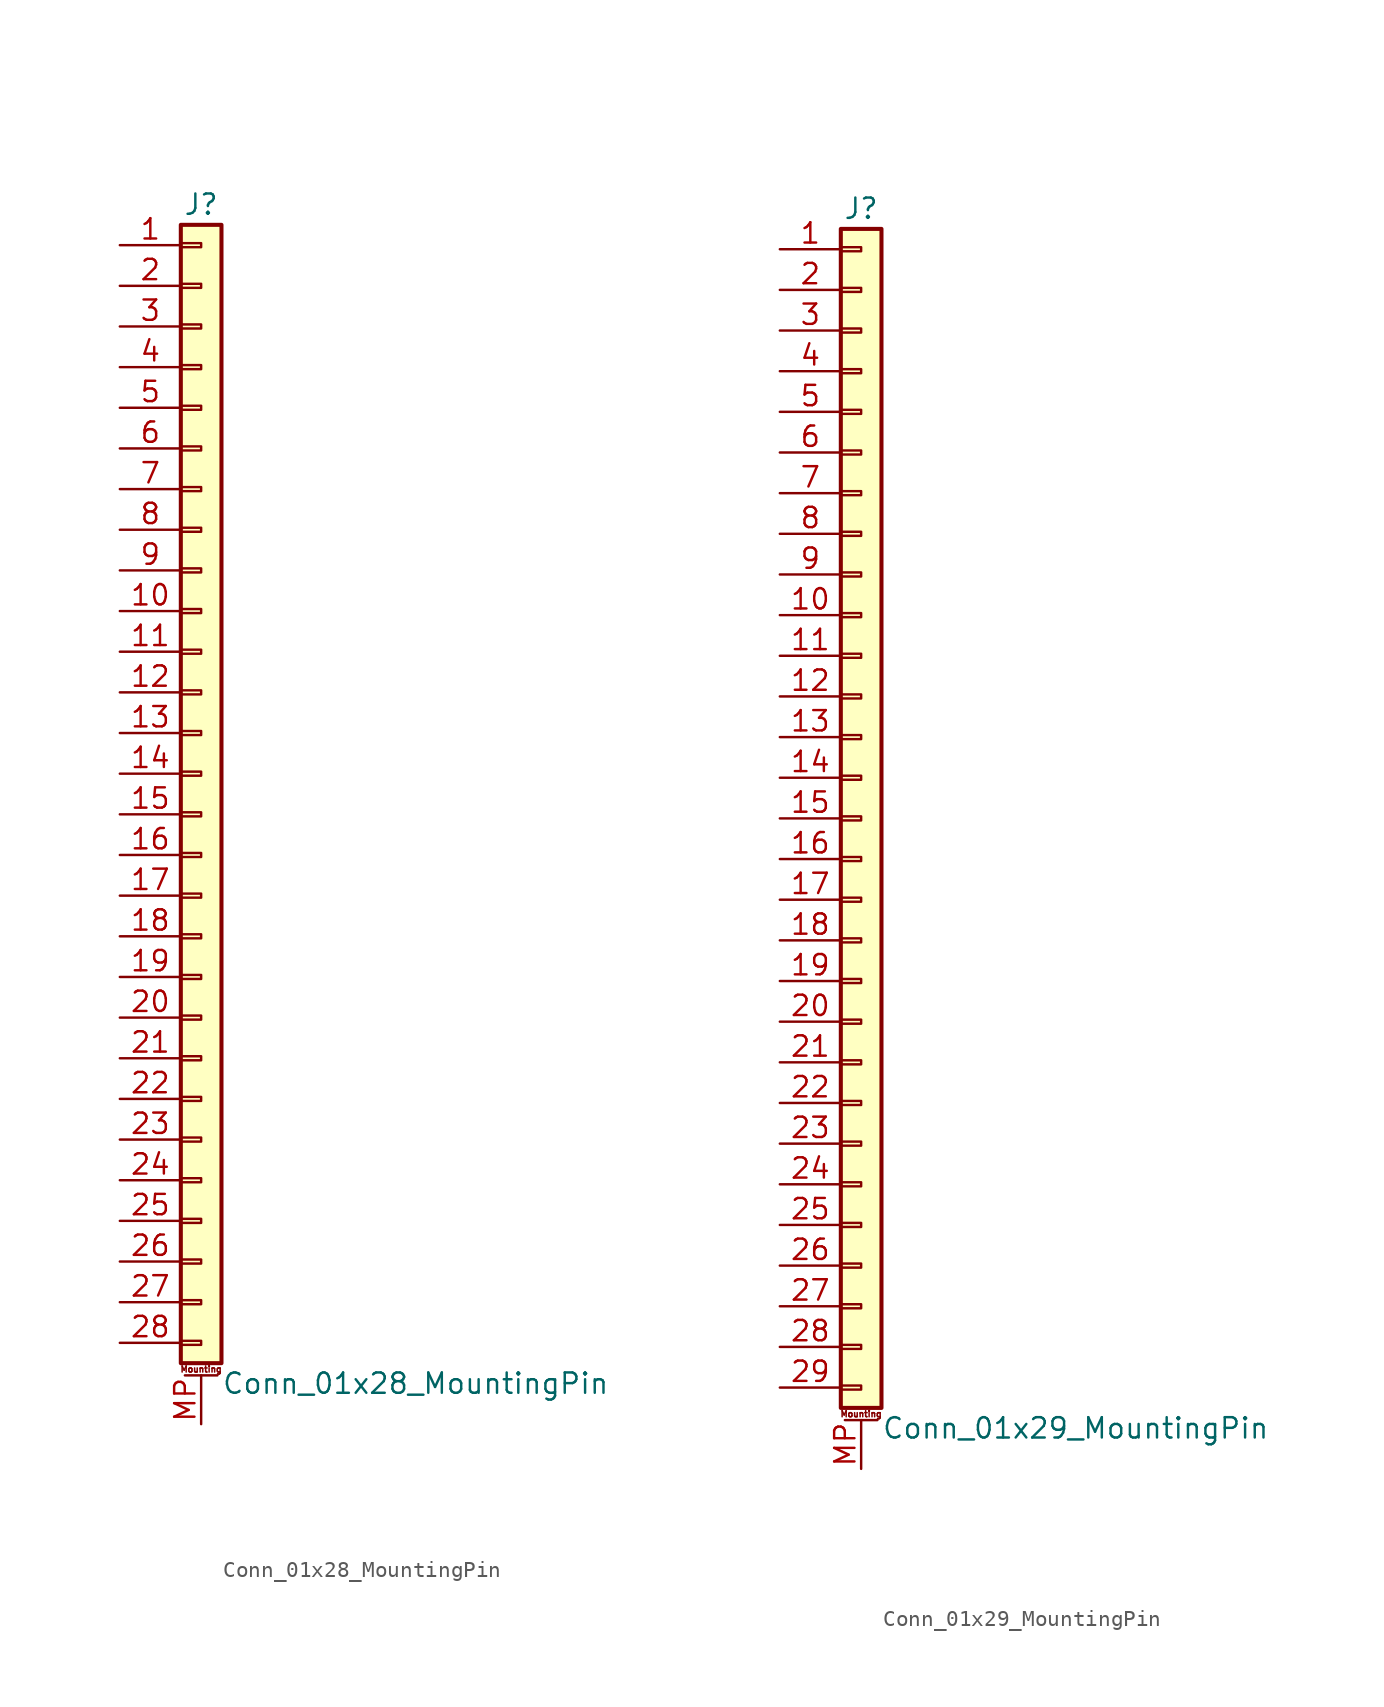
<source format=kicad_sym>
(kicad_symbol_lib
  (version 20201005)
  (generator kicad_symbol_editor)
  (symbol "Conn_01x28_MountingPin"
    (pin_names
      (offset 1.016) hide)
    (property "Reference" "J"
      (at 0 35.56 0)
      (effects (font (size 1.27 1.27))))
    (property "Value" "Conn_01x28_MountingPin"
      (at 1.27 -38.1 0)
      (effects (font (size 1.27 1.27)) (justify left)))
    (symbol "Conn_01x28_MountingPin_1_1"
      (text "Mounting" (at 0 -37.211 0) (effects (font (size 0.381 0.381))))
      (rectangle (start -1.27 -35.433) (end 0 -35.687) (stroke (width 0.152)) (fill (type none)))
      (rectangle (start -1.27 -32.893) (end 0 -33.147) (stroke (width 0.152)) (fill (type none)))
      (rectangle (start -1.27 -30.353) (end 0 -30.607) (stroke (width 0.152)) (fill (type none)))
      (rectangle (start -1.27 -27.813) (end 0 -28.067) (stroke (width 0.152)) (fill (type none)))
      (rectangle (start -1.27 -25.273) (end 0 -25.527) (stroke (width 0.152)) (fill (type none)))
      (rectangle (start -1.27 -22.733) (end 0 -22.987) (stroke (width 0.152)) (fill (type none)))
      (rectangle (start -1.27 -20.193) (end 0 -20.447) (stroke (width 0.152)) (fill (type none)))
      (rectangle (start -1.27 -17.653) (end 0 -17.907) (stroke (width 0.152)) (fill (type none)))
      (rectangle (start -1.27 -15.113) (end 0 -15.367) (stroke (width 0.152)) (fill (type none)))
      (rectangle (start -1.27 -12.573) (end 0 -12.827) (stroke (width 0.152)) (fill (type none)))
      (rectangle (start -1.27 -10.033) (end 0 -10.287) (stroke (width 0.152)) (fill (type none)))
      (rectangle (start -1.27 -7.493) (end 0 -7.747) (stroke (width 0.152)) (fill (type none)))
      (rectangle (start -1.27 -4.953) (end 0 -5.207) (stroke (width 0.152)) (fill (type none)))
      (rectangle (start -1.27 -2.413) (end 0 -2.667) (stroke (width 0.152)) (fill (type none)))
      (rectangle (start -1.27 0.127) (end 0 -0.127) (stroke (width 0.152)) (fill (type none)))
      (rectangle (start -1.27 2.667) (end 0 2.413) (stroke (width 0.152)) (fill (type none)))
      (rectangle (start -1.27 5.207) (end 0 4.953) (stroke (width 0.152)) (fill (type none)))
      (rectangle (start -1.27 7.747) (end 0 7.493) (stroke (width 0.152)) (fill (type none)))
      (rectangle (start -1.27 10.287) (end 0 10.033) (stroke (width 0.152)) (fill (type none)))
      (rectangle (start -1.27 12.827) (end 0 12.573) (stroke (width 0.152)) (fill (type none)))
      (rectangle (start -1.27 15.367) (end 0 15.113) (stroke (width 0.152)) (fill (type none)))
      (rectangle (start -1.27 17.907) (end 0 17.653) (stroke (width 0.152)) (fill (type none)))
      (rectangle (start -1.27 20.447) (end 0 20.193) (stroke (width 0.152)) (fill (type none)))
      (rectangle (start -1.27 22.987) (end 0 22.733) (stroke (width 0.152)) (fill (type none)))
      (rectangle (start -1.27 25.527) (end 0 25.273) (stroke (width 0.152)) (fill (type none)))
      (rectangle (start -1.27 28.067) (end 0 27.813) (stroke (width 0.152)) (fill (type none)))
      (rectangle (start -1.27 30.607) (end 0 30.353) (stroke (width 0.152)) (fill (type none)))
      (rectangle (start -1.27 33.147) (end 0 32.893) (stroke (width 0.152)) (fill (type none)))
      (rectangle (start -1.27 34.29) (end 1.27 -36.83) (stroke (width 0.254)) (fill (type background)))
      (polyline (pts (xy -1.016 -37.592) (xy 1.016 -37.592)) (stroke (width 0.152)) (fill (type none)))
      (pin passive line (at -5.08 33.02 0) (length 3.81) (name "Pin_1" (effects (font (size 1.27 1.27)))) (number "1" (effects (font (size 1.27 1.27)))))
      (pin passive line (at -5.08 10.16 0) (length 3.81) (name "Pin_10" (effects (font (size 1.27 1.27)))) (number "10" (effects (font (size 1.27 1.27)))))
      (pin passive line (at -5.08 7.62 0) (length 3.81) (name "Pin_11" (effects (font (size 1.27 1.27)))) (number "11" (effects (font (size 1.27 1.27)))))
      (pin passive line (at -5.08 5.08 0) (length 3.81) (name "Pin_12" (effects (font (size 1.27 1.27)))) (number "12" (effects (font (size 1.27 1.27)))))
      (pin passive line (at -5.08 2.54 0) (length 3.81) (name "Pin_13" (effects (font (size 1.27 1.27)))) (number "13" (effects (font (size 1.27 1.27)))))
      (pin passive line (at -5.08 0 0) (length 3.81) (name "Pin_14" (effects (font (size 1.27 1.27)))) (number "14" (effects (font (size 1.27 1.27)))))
      (pin passive line (at -5.08 -2.54 0) (length 3.81) (name "Pin_15" (effects (font (size 1.27 1.27)))) (number "15" (effects (font (size 1.27 1.27)))))
      (pin passive line (at -5.08 -5.08 0) (length 3.81) (name "Pin_16" (effects (font (size 1.27 1.27)))) (number "16" (effects (font (size 1.27 1.27)))))
      (pin passive line (at -5.08 -7.62 0) (length 3.81) (name "Pin_17" (effects (font (size 1.27 1.27)))) (number "17" (effects (font (size 1.27 1.27)))))
      (pin passive line (at -5.08 -10.16 0) (length 3.81) (name "Pin_18" (effects (font (size 1.27 1.27)))) (number "18" (effects (font (size 1.27 1.27)))))
      (pin passive line (at -5.08 -12.7 0) (length 3.81) (name "Pin_19" (effects (font (size 1.27 1.27)))) (number "19" (effects (font (size 1.27 1.27)))))
      (pin passive line (at -5.08 30.48 0) (length 3.81) (name "Pin_2" (effects (font (size 1.27 1.27)))) (number "2" (effects (font (size 1.27 1.27)))))
      (pin passive line (at -5.08 -15.24 0) (length 3.81) (name "Pin_20" (effects (font (size 1.27 1.27)))) (number "20" (effects (font (size 1.27 1.27)))))
      (pin passive line (at -5.08 -17.78 0) (length 3.81) (name "Pin_21" (effects (font (size 1.27 1.27)))) (number "21" (effects (font (size 1.27 1.27)))))
      (pin passive line (at -5.08 -20.32 0) (length 3.81) (name "Pin_22" (effects (font (size 1.27 1.27)))) (number "22" (effects (font (size 1.27 1.27)))))
      (pin passive line (at -5.08 -22.86 0) (length 3.81) (name "Pin_23" (effects (font (size 1.27 1.27)))) (number "23" (effects (font (size 1.27 1.27)))))
      (pin passive line (at -5.08 -25.4 0) (length 3.81) (name "Pin_24" (effects (font (size 1.27 1.27)))) (number "24" (effects (font (size 1.27 1.27)))))
      (pin passive line (at -5.08 -27.94 0) (length 3.81) (name "Pin_25" (effects (font (size 1.27 1.27)))) (number "25" (effects (font (size 1.27 1.27)))))
      (pin passive line (at -5.08 -30.48 0) (length 3.81) (name "Pin_26" (effects (font (size 1.27 1.27)))) (number "26" (effects (font (size 1.27 1.27)))))
      (pin passive line (at -5.08 -33.02 0) (length 3.81) (name "Pin_27" (effects (font (size 1.27 1.27)))) (number "27" (effects (font (size 1.27 1.27)))))
      (pin passive line (at -5.08 -35.56 0) (length 3.81) (name "Pin_28" (effects (font (size 1.27 1.27)))) (number "28" (effects (font (size 1.27 1.27)))))
      (pin passive line (at -5.08 27.94 0) (length 3.81) (name "Pin_3" (effects (font (size 1.27 1.27)))) (number "3" (effects (font (size 1.27 1.27)))))
      (pin passive line (at -5.08 25.4 0) (length 3.81) (name "Pin_4" (effects (font (size 1.27 1.27)))) (number "4" (effects (font (size 1.27 1.27)))))
      (pin passive line (at -5.08 22.86 0) (length 3.81) (name "Pin_5" (effects (font (size 1.27 1.27)))) (number "5" (effects (font (size 1.27 1.27)))))
      (pin passive line (at -5.08 20.32 0) (length 3.81) (name "Pin_6" (effects (font (size 1.27 1.27)))) (number "6" (effects (font (size 1.27 1.27)))))
      (pin passive line (at -5.08 17.78 0) (length 3.81) (name "Pin_7" (effects (font (size 1.27 1.27)))) (number "7" (effects (font (size 1.27 1.27)))))
      (pin passive line (at -5.08 15.24 0) (length 3.81) (name "Pin_8" (effects (font (size 1.27 1.27)))) (number "8" (effects (font (size 1.27 1.27)))))
      (pin passive line (at -5.08 12.7 0) (length 3.81) (name "Pin_9" (effects (font (size 1.27 1.27)))) (number "9" (effects (font (size 1.27 1.27)))))
      (pin passive line (at 0 -40.64 90) (length 3.048) (name "MountPin" (effects (font (size 1.27 1.27)))) (number "MP" (effects (font (size 1.27 1.27)))))))
  (symbol "Conn_01x29_MountingPin"
    (pin_names
      (offset 1.016) hide)
    (property "Reference" "J"
      (at 0 38.1 0)
      (effects (font (size 1.27 1.27))))
    (property "Value" "Conn_01x29_MountingPin"
      (at 1.27 -38.1 0)
      (effects (font (size 1.27 1.27)) (justify left)))
    (symbol "Conn_01x29_MountingPin_1_1"
      (text "Mounting" (at 0 -37.211 0) (effects (font (size 0.381 0.381))))
      (rectangle (start -1.27 -35.433) (end 0 -35.687) (stroke (width 0.152)) (fill (type none)))
      (rectangle (start -1.27 -32.893) (end 0 -33.147) (stroke (width 0.152)) (fill (type none)))
      (rectangle (start -1.27 -30.353) (end 0 -30.607) (stroke (width 0.152)) (fill (type none)))
      (rectangle (start -1.27 -27.813) (end 0 -28.067) (stroke (width 0.152)) (fill (type none)))
      (rectangle (start -1.27 -25.273) (end 0 -25.527) (stroke (width 0.152)) (fill (type none)))
      (rectangle (start -1.27 -22.733) (end 0 -22.987) (stroke (width 0.152)) (fill (type none)))
      (rectangle (start -1.27 -20.193) (end 0 -20.447) (stroke (width 0.152)) (fill (type none)))
      (rectangle (start -1.27 -17.653) (end 0 -17.907) (stroke (width 0.152)) (fill (type none)))
      (rectangle (start -1.27 -15.113) (end 0 -15.367) (stroke (width 0.152)) (fill (type none)))
      (rectangle (start -1.27 -12.573) (end 0 -12.827) (stroke (width 0.152)) (fill (type none)))
      (rectangle (start -1.27 -10.033) (end 0 -10.287) (stroke (width 0.152)) (fill (type none)))
      (rectangle (start -1.27 -7.493) (end 0 -7.747) (stroke (width 0.152)) (fill (type none)))
      (rectangle (start -1.27 -4.953) (end 0 -5.207) (stroke (width 0.152)) (fill (type none)))
      (rectangle (start -1.27 -2.413) (end 0 -2.667) (stroke (width 0.152)) (fill (type none)))
      (rectangle (start -1.27 0.127) (end 0 -0.127) (stroke (width 0.152)) (fill (type none)))
      (rectangle (start -1.27 2.667) (end 0 2.413) (stroke (width 0.152)) (fill (type none)))
      (rectangle (start -1.27 5.207) (end 0 4.953) (stroke (width 0.152)) (fill (type none)))
      (rectangle (start -1.27 7.747) (end 0 7.493) (stroke (width 0.152)) (fill (type none)))
      (rectangle (start -1.27 10.287) (end 0 10.033) (stroke (width 0.152)) (fill (type none)))
      (rectangle (start -1.27 12.827) (end 0 12.573) (stroke (width 0.152)) (fill (type none)))
      (rectangle (start -1.27 15.367) (end 0 15.113) (stroke (width 0.152)) (fill (type none)))
      (rectangle (start -1.27 17.907) (end 0 17.653) (stroke (width 0.152)) (fill (type none)))
      (rectangle (start -1.27 20.447) (end 0 20.193) (stroke (width 0.152)) (fill (type none)))
      (rectangle (start -1.27 22.987) (end 0 22.733) (stroke (width 0.152)) (fill (type none)))
      (rectangle (start -1.27 25.527) (end 0 25.273) (stroke (width 0.152)) (fill (type none)))
      (rectangle (start -1.27 28.067) (end 0 27.813) (stroke (width 0.152)) (fill (type none)))
      (rectangle (start -1.27 30.607) (end 0 30.353) (stroke (width 0.152)) (fill (type none)))
      (rectangle (start -1.27 33.147) (end 0 32.893) (stroke (width 0.152)) (fill (type none)))
      (rectangle (start -1.27 35.687) (end 0 35.433) (stroke (width 0.152)) (fill (type none)))
      (rectangle (start -1.27 36.83) (end 1.27 -36.83) (stroke (width 0.254)) (fill (type background)))
      (polyline (pts (xy -1.016 -37.592) (xy 1.016 -37.592)) (stroke (width 0.152)) (fill (type none)))
      (pin passive line (at -5.08 35.56 0) (length 3.81) (name "Pin_1" (effects (font (size 1.27 1.27)))) (number "1" (effects (font (size 1.27 1.27)))))
      (pin passive line (at -5.08 12.7 0) (length 3.81) (name "Pin_10" (effects (font (size 1.27 1.27)))) (number "10" (effects (font (size 1.27 1.27)))))
      (pin passive line (at -5.08 10.16 0) (length 3.81) (name "Pin_11" (effects (font (size 1.27 1.27)))) (number "11" (effects (font (size 1.27 1.27)))))
      (pin passive line (at -5.08 7.62 0) (length 3.81) (name "Pin_12" (effects (font (size 1.27 1.27)))) (number "12" (effects (font (size 1.27 1.27)))))
      (pin passive line (at -5.08 5.08 0) (length 3.81) (name "Pin_13" (effects (font (size 1.27 1.27)))) (number "13" (effects (font (size 1.27 1.27)))))
      (pin passive line (at -5.08 2.54 0) (length 3.81) (name "Pin_14" (effects (font (size 1.27 1.27)))) (number "14" (effects (font (size 1.27 1.27)))))
      (pin passive line (at -5.08 0 0) (length 3.81) (name "Pin_15" (effects (font (size 1.27 1.27)))) (number "15" (effects (font (size 1.27 1.27)))))
      (pin passive line (at -5.08 -2.54 0) (length 3.81) (name "Pin_16" (effects (font (size 1.27 1.27)))) (number "16" (effects (font (size 1.27 1.27)))))
      (pin passive line (at -5.08 -5.08 0) (length 3.81) (name "Pin_17" (effects (font (size 1.27 1.27)))) (number "17" (effects (font (size 1.27 1.27)))))
      (pin passive line (at -5.08 -7.62 0) (length 3.81) (name "Pin_18" (effects (font (size 1.27 1.27)))) (number "18" (effects (font (size 1.27 1.27)))))
      (pin passive line (at -5.08 -10.16 0) (length 3.81) (name "Pin_19" (effects (font (size 1.27 1.27)))) (number "19" (effects (font (size 1.27 1.27)))))
      (pin passive line (at -5.08 33.02 0) (length 3.81) (name "Pin_2" (effects (font (size 1.27 1.27)))) (number "2" (effects (font (size 1.27 1.27)))))
      (pin passive line (at -5.08 -12.7 0) (length 3.81) (name "Pin_20" (effects (font (size 1.27 1.27)))) (number "20" (effects (font (size 1.27 1.27)))))
      (pin passive line (at -5.08 -15.24 0) (length 3.81) (name "Pin_21" (effects (font (size 1.27 1.27)))) (number "21" (effects (font (size 1.27 1.27)))))
      (pin passive line (at -5.08 -17.78 0) (length 3.81) (name "Pin_22" (effects (font (size 1.27 1.27)))) (number "22" (effects (font (size 1.27 1.27)))))
      (pin passive line (at -5.08 -20.32 0) (length 3.81) (name "Pin_23" (effects (font (size 1.27 1.27)))) (number "23" (effects (font (size 1.27 1.27)))))
      (pin passive line (at -5.08 -22.86 0) (length 3.81) (name "Pin_24" (effects (font (size 1.27 1.27)))) (number "24" (effects (font (size 1.27 1.27)))))
      (pin passive line (at -5.08 -25.4 0) (length 3.81) (name "Pin_25" (effects (font (size 1.27 1.27)))) (number "25" (effects (font (size 1.27 1.27)))))
      (pin passive line (at -5.08 -27.94 0) (length 3.81) (name "Pin_26" (effects (font (size 1.27 1.27)))) (number "26" (effects (font (size 1.27 1.27)))))
      (pin passive line (at -5.08 -30.48 0) (length 3.81) (name "Pin_27" (effects (font (size 1.27 1.27)))) (number "27" (effects (font (size 1.27 1.27)))))
      (pin passive line (at -5.08 -33.02 0) (length 3.81) (name "Pin_28" (effects (font (size 1.27 1.27)))) (number "28" (effects (font (size 1.27 1.27)))))
      (pin passive line (at -5.08 -35.56 0) (length 3.81) (name "Pin_29" (effects (font (size 1.27 1.27)))) (number "29" (effects (font (size 1.27 1.27)))))
      (pin passive line (at -5.08 30.48 0) (length 3.81) (name "Pin_3" (effects (font (size 1.27 1.27)))) (number "3" (effects (font (size 1.27 1.27)))))
      (pin passive line (at -5.08 27.94 0) (length 3.81) (name "Pin_4" (effects (font (size 1.27 1.27)))) (number "4" (effects (font (size 1.27 1.27)))))
      (pin passive line (at -5.08 25.4 0) (length 3.81) (name "Pin_5" (effects (font (size 1.27 1.27)))) (number "5" (effects (font (size 1.27 1.27)))))
      (pin passive line (at -5.08 22.86 0) (length 3.81) (name "Pin_6" (effects (font (size 1.27 1.27)))) (number "6" (effects (font (size 1.27 1.27)))))
      (pin passive line (at -5.08 20.32 0) (length 3.81) (name "Pin_7" (effects (font (size 1.27 1.27)))) (number "7" (effects (font (size 1.27 1.27)))))
      (pin passive line (at -5.08 17.78 0) (length 3.81) (name "Pin_8" (effects (font (size 1.27 1.27)))) (number "8" (effects (font (size 1.27 1.27)))))
      (pin passive line (at -5.08 15.24 0) (length 3.81) (name "Pin_9" (effects (font (size 1.27 1.27)))) (number "9" (effects (font (size 1.27 1.27)))))
      (pin passive line (at 0 -40.64 90) (length 3.048) (name "MountPin" (effects (font (size 1.27 1.27)))) (number "MP" (effects (font (size 1.27 1.27))))))))
</source>
